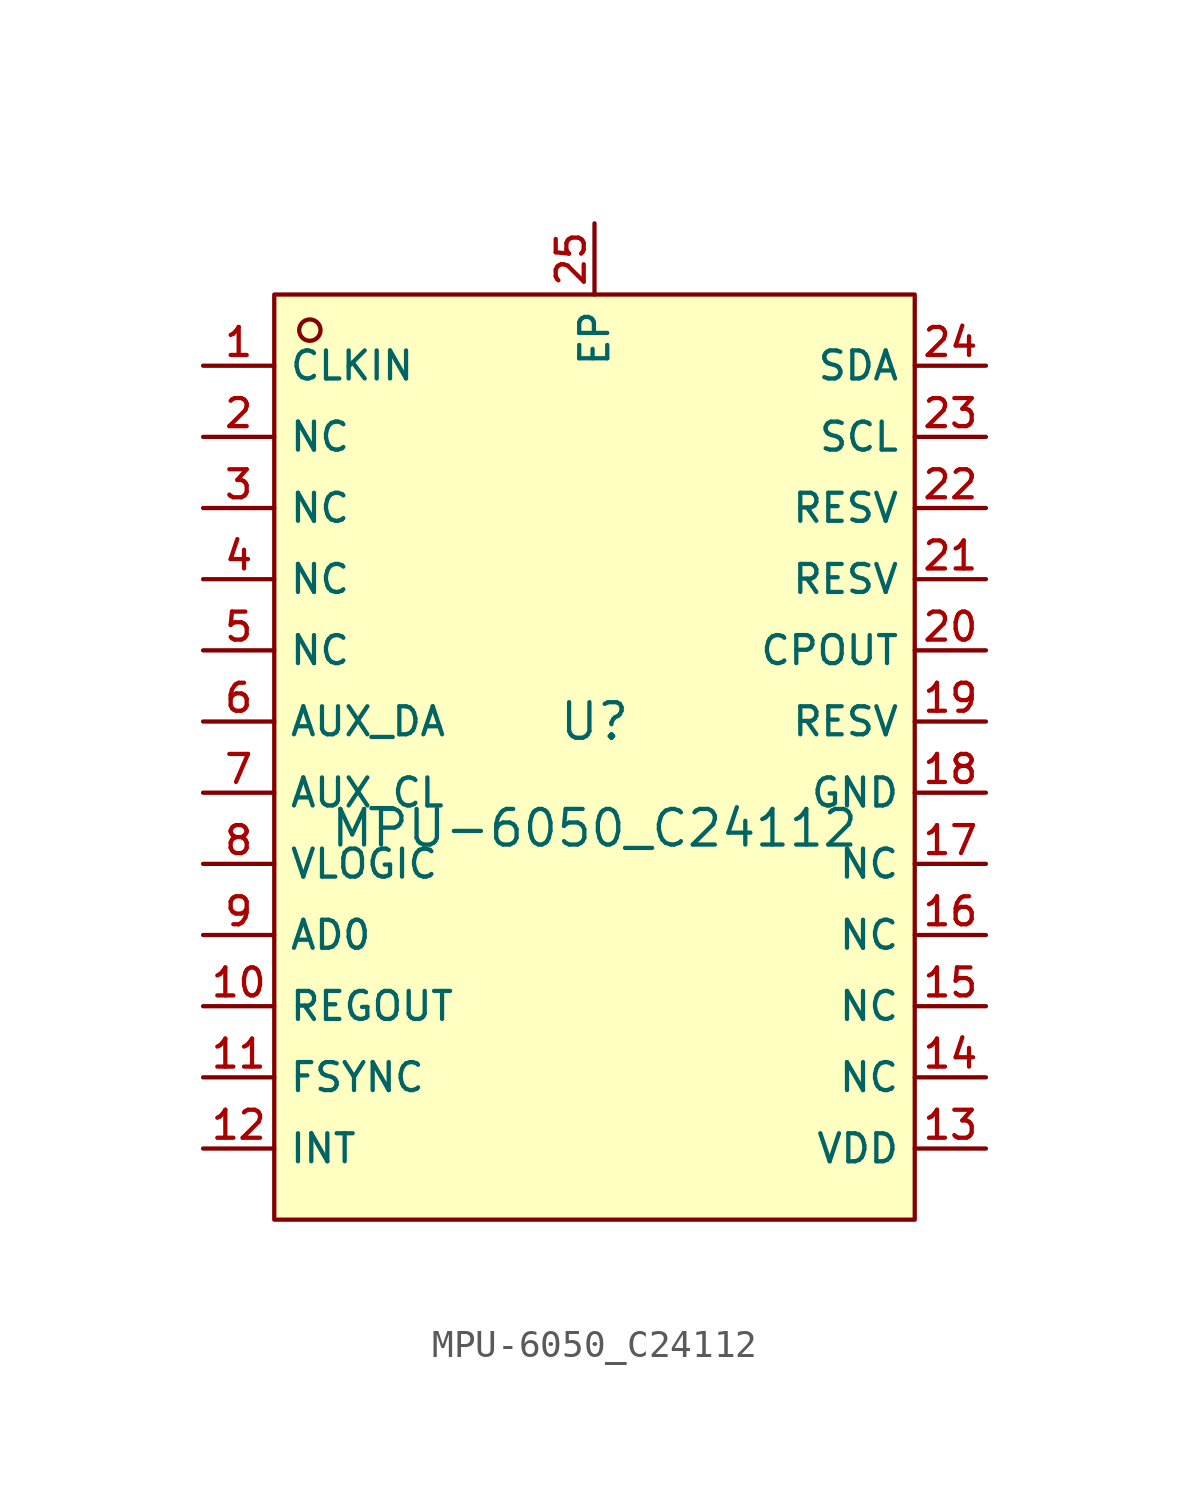
<source format=kicad_sym>
(kicad_symbol_lib
  (version 20210201)
  (generator TousstNicolas/JLC2KiCad_lib)
  (symbol "MPU-6050_C24112"
    (property "Reference" "U"
      (at 0 1.27 0)
      (effects (font (size 1.27 1.27))))
    (property "Value" "MPU-6050_C24112"
      (at 0 -2.54 0)
      (effects (font (size 1.27 1.27))))
    (symbol "MPU-6050_C24112_0_1"
      (rectangle (start -11.43 16.51) (end 11.43 -16.51) (stroke (width 0) (type default) (color 0 0 0 0)) (fill (type background)))
      (circle (center -10.16 15.24) (radius 0.381) (stroke (width 0) (type default) (color 0 0 0 0)) (fill (type background)))
      (pin unspecified line (at -13.97 13.97 0) (length 2.54) (name "CLKIN" (effects (font (size 1 1)))) (number "1" (effects (font (size 1 1)))))
      (pin unspecified line (at -13.97 11.43 0) (length 2.54) (name "NC" (effects (font (size 1 1)))) (number "2" (effects (font (size 1 1)))))
      (pin unspecified line (at -13.97 8.89 0) (length 2.54) (name "NC" (effects (font (size 1 1)))) (number "3" (effects (font (size 1 1)))))
      (pin unspecified line (at -13.97 6.35 0) (length 2.54) (name "NC" (effects (font (size 1 1)))) (number "4" (effects (font (size 1 1)))))
      (pin unspecified line (at -13.97 3.81 0) (length 2.54) (name "NC" (effects (font (size 1 1)))) (number "5" (effects (font (size 1 1)))))
      (pin unspecified line (at -13.97 1.27 0) (length 2.54) (name "AUX_DA" (effects (font (size 1 1)))) (number "6" (effects (font (size 1 1)))))
      (pin unspecified line (at -13.97 -1.27 0) (length 2.54) (name "AUX_CL" (effects (font (size 1 1)))) (number "7" (effects (font (size 1 1)))))
      (pin unspecified line (at -13.97 -3.81 0) (length 2.54) (name "VLOGIC" (effects (font (size 1 1)))) (number "8" (effects (font (size 1 1)))))
      (pin unspecified line (at -13.97 -6.35 0) (length 2.54) (name "AD0" (effects (font (size 1 1)))) (number "9" (effects (font (size 1 1)))))
      (pin unspecified line (at -13.97 -8.89 0) (length 2.54) (name "REGOUT" (effects (font (size 1 1)))) (number "10" (effects (font (size 1 1)))))
      (pin unspecified line (at -13.97 -11.43 0) (length 2.54) (name "FSYNC" (effects (font (size 1 1)))) (number "11" (effects (font (size 1 1)))))
      (pin unspecified line (at -13.97 -13.97 0) (length 2.54) (name "INT" (effects (font (size 1 1)))) (number "12" (effects (font (size 1 1)))))
      (pin unspecified line (at 13.97 -13.97 180) (length 2.54) (name "VDD" (effects (font (size 1 1)))) (number "13" (effects (font (size 1 1)))))
      (pin unspecified line (at 13.97 -11.43 180) (length 2.54) (name "NC" (effects (font (size 1 1)))) (number "14" (effects (font (size 1 1)))))
      (pin unspecified line (at 13.97 -8.89 180) (length 2.54) (name "NC" (effects (font (size 1 1)))) (number "15" (effects (font (size 1 1)))))
      (pin unspecified line (at 13.97 -6.35 180) (length 2.54) (name "NC" (effects (font (size 1 1)))) (number "16" (effects (font (size 1 1)))))
      (pin unspecified line (at 13.97 -3.81 180) (length 2.54) (name "NC" (effects (font (size 1 1)))) (number "17" (effects (font (size 1 1)))))
      (pin unspecified line (at 13.97 -1.27 180) (length 2.54) (name "GND" (effects (font (size 1 1)))) (number "18" (effects (font (size 1 1)))))
      (pin unspecified line (at 13.97 1.27 180) (length 2.54) (name "RESV" (effects (font (size 1 1)))) (number "19" (effects (font (size 1 1)))))
      (pin unspecified line (at 13.97 3.81 180) (length 2.54) (name "CPOUT" (effects (font (size 1 1)))) (number "20" (effects (font (size 1 1)))))
      (pin unspecified line (at 13.97 6.35 180) (length 2.54) (name "RESV" (effects (font (size 1 1)))) (number "21" (effects (font (size 1 1)))))
      (pin unspecified line (at 13.97 8.89 180) (length 2.54) (name "RESV" (effects (font (size 1 1)))) (number "22" (effects (font (size 1 1)))))
      (pin unspecified line (at 13.97 11.43 180) (length 2.54) (name "SCL" (effects (font (size 1 1)))) (number "23" (effects (font (size 1 1)))))
      (pin unspecified line (at 13.97 13.97 180) (length 2.54) (name "SDA" (effects (font (size 1 1)))) (number "24" (effects (font (size 1 1)))))
      (pin unspecified line (at 0.0 19.05 270) (length 2.54) (name "EP" (effects (font (size 1 1)))) (number "25" (effects (font (size 1 1))))))))
</source>
